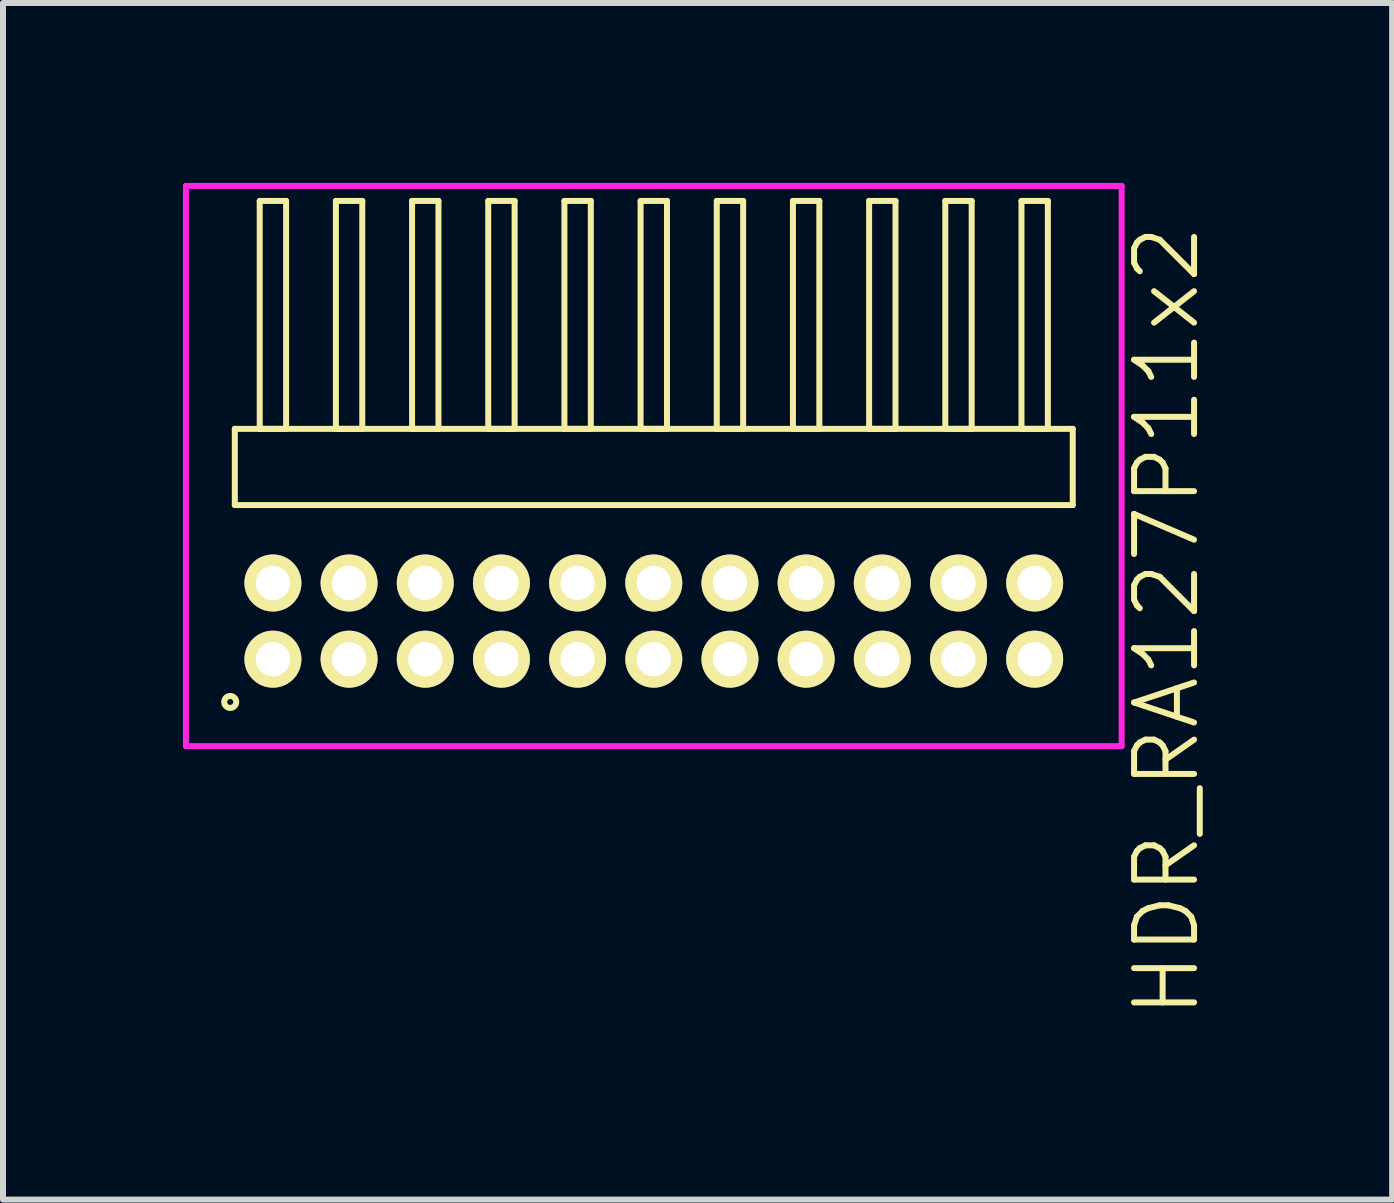
<source format=kicad_pcb>
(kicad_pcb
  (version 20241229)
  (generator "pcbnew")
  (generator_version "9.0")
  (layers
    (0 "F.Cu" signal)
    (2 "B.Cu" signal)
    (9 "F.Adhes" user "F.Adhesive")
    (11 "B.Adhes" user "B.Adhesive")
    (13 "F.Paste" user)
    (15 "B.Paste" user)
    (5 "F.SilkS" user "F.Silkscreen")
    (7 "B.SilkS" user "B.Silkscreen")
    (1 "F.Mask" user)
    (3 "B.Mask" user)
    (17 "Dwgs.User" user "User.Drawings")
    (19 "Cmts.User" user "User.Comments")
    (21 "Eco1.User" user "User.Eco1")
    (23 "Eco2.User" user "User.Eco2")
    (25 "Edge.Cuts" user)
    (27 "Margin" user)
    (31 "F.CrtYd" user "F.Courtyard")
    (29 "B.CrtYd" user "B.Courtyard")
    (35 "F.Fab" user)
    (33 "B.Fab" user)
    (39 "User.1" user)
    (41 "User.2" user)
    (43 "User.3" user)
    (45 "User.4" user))
  (footprint "HDR_RA127P11x2"
    (layer "F.Cu")
    (at 7.85 7.305)
    (property "Reference" "HDR_RA127P11x2" (at 8.55 0 90) (layer "F.SilkS") (effects (font (size 1 1) (thickness 0.1))))
    (attr through_hole)
    (fp_line (start -6.985 -3.205) (end -6.985 -1.935) (stroke (width 0.1) (type solid)) (layer "F.SilkS"))
    (fp_line (start -6.985 -1.935) (end 6.985 -1.935) (stroke (width 0.1) (type solid)) (layer "F.SilkS"))
    (fp_line (start -6.57 -7.005) (end -6.57 -3.205) (stroke (width 0.1) (type solid)) (layer "F.SilkS"))
    (fp_line (start -6.57 -3.205) (end -6.13 -3.205) (stroke (width 0.1) (type solid)) (layer "F.SilkS"))
    (fp_line (start -6.13 -7.005) (end -6.57 -7.005) (stroke (width 0.1) (type solid)) (layer "F.SilkS"))
    (fp_line (start -6.13 -3.205) (end -6.13 -7.005) (stroke (width 0.1) (type solid)) (layer "F.SilkS"))
    (fp_line (start -5.3 -7.005) (end -5.3 -3.205) (stroke (width 0.1) (type solid)) (layer "F.SilkS"))
    (fp_line (start -5.3 -3.205) (end -4.86 -3.205) (stroke (width 0.1) (type solid)) (layer "F.SilkS"))
    (fp_line (start -4.86 -7.005) (end -5.3 -7.005) (stroke (width 0.1) (type solid)) (layer "F.SilkS"))
    (fp_line (start -4.86 -3.205) (end -4.86 -7.005) (stroke (width 0.1) (type solid)) (layer "F.SilkS"))
    (fp_line (start -4.03 -7.005) (end -4.03 -3.205) (stroke (width 0.1) (type solid)) (layer "F.SilkS"))
    (fp_line (start -4.03 -3.205) (end -3.59 -3.205) (stroke (width 0.1) (type solid)) (layer "F.SilkS"))
    (fp_line (start -3.59 -7.005) (end -4.03 -7.005) (stroke (width 0.1) (type solid)) (layer "F.SilkS"))
    (fp_line (start -3.59 -3.205) (end -3.59 -7.005) (stroke (width 0.1) (type solid)) (layer "F.SilkS"))
    (fp_line (start -2.76 -7.005) (end -2.76 -3.205) (stroke (width 0.1) (type solid)) (layer "F.SilkS"))
    (fp_line (start -2.76 -3.205) (end -2.32 -3.205) (stroke (width 0.1) (type solid)) (layer "F.SilkS"))
    (fp_line (start -2.32 -7.005) (end -2.76 -7.005) (stroke (width 0.1) (type solid)) (layer "F.SilkS"))
    (fp_line (start -2.32 -3.205) (end -2.32 -7.005) (stroke (width 0.1) (type solid)) (layer "F.SilkS"))
    (fp_line (start -1.49 -7.005) (end -1.49 -3.205) (stroke (width 0.1) (type solid)) (layer "F.SilkS"))
    (fp_line (start -1.49 -3.205) (end -1.05 -3.205) (stroke (width 0.1) (type solid)) (layer "F.SilkS"))
    (fp_line (start -1.05 -7.005) (end -1.49 -7.005) (stroke (width 0.1) (type solid)) (layer "F.SilkS"))
    (fp_line (start -1.05 -3.205) (end -1.05 -7.005) (stroke (width 0.1) (type solid)) (layer "F.SilkS"))
    (fp_line (start -0.22 -7.005) (end -0.22 -3.205) (stroke (width 0.1) (type solid)) (layer "F.SilkS"))
    (fp_line (start -0.22 -3.205) (end 0.22 -3.205) (stroke (width 0.1) (type solid)) (layer "F.SilkS"))
    (fp_line (start 0.22 -7.005) (end -0.22 -7.005) (stroke (width 0.1) (type solid)) (layer "F.SilkS"))
    (fp_line (start 0.22 -3.205) (end 0.22 -7.005) (stroke (width 0.1) (type solid)) (layer "F.SilkS"))
    (fp_line (start 1.05 -7.005) (end 1.05 -3.205) (stroke (width 0.1) (type solid)) (layer "F.SilkS"))
    (fp_line (start 1.05 -3.205) (end 1.49 -3.205) (stroke (width 0.1) (type solid)) (layer "F.SilkS"))
    (fp_line (start 1.49 -7.005) (end 1.05 -7.005) (stroke (width 0.1) (type solid)) (layer "F.SilkS"))
    (fp_line (start 1.49 -3.205) (end 1.49 -7.005) (stroke (width 0.1) (type solid)) (layer "F.SilkS"))
    (fp_line (start 2.32 -7.005) (end 2.32 -3.205) (stroke (width 0.1) (type solid)) (layer "F.SilkS"))
    (fp_line (start 2.32 -3.205) (end 2.76 -3.205) (stroke (width 0.1) (type solid)) (layer "F.SilkS"))
    (fp_line (start 2.76 -7.005) (end 2.32 -7.005) (stroke (width 0.1) (type solid)) (layer "F.SilkS"))
    (fp_line (start 2.76 -3.205) (end 2.76 -7.005) (stroke (width 0.1) (type solid)) (layer "F.SilkS"))
    (fp_line (start 3.59 -7.005) (end 3.59 -3.205) (stroke (width 0.1) (type solid)) (layer "F.SilkS"))
    (fp_line (start 3.59 -3.205) (end 4.03 -3.205) (stroke (width 0.1) (type solid)) (layer "F.SilkS"))
    (fp_line (start 4.03 -7.005) (end 3.59 -7.005) (stroke (width 0.1) (type solid)) (layer "F.SilkS"))
    (fp_line (start 4.03 -3.205) (end 4.03 -7.005) (stroke (width 0.1) (type solid)) (layer "F.SilkS"))
    (fp_line (start 4.86 -7.005) (end 4.86 -3.205) (stroke (width 0.1) (type solid)) (layer "F.SilkS"))
    (fp_line (start 4.86 -3.205) (end 5.3 -3.205) (stroke (width 0.1) (type solid)) (layer "F.SilkS"))
    (fp_line (start 5.3 -7.005) (end 4.86 -7.005) (stroke (width 0.1) (type solid)) (layer "F.SilkS"))
    (fp_line (start 5.3 -3.205) (end 5.3 -7.005) (stroke (width 0.1) (type solid)) (layer "F.SilkS"))
    (fp_line (start 6.13 -7.005) (end 6.13 -3.205) (stroke (width 0.1) (type solid)) (layer "F.SilkS"))
    (fp_line (start 6.13 -3.205) (end 6.57 -3.205) (stroke (width 0.1) (type solid)) (layer "F.SilkS"))
    (fp_line (start 6.57 -7.005) (end 6.13 -7.005) (stroke (width 0.1) (type solid)) (layer "F.SilkS"))
    (fp_line (start 6.57 -3.205) (end 6.57 -7.005) (stroke (width 0.1) (type solid)) (layer "F.SilkS"))
    (fp_line (start 6.985 -3.205) (end -6.985 -3.205) (stroke (width 0.1) (type solid)) (layer "F.SilkS"))
    (fp_line (start 6.985 -1.935) (end 6.985 -3.205) (stroke (width 0.1) (type solid)) (layer "F.SilkS"))
    (fp_circle (center -7.062 1.348) (end -6.962 1.348) (stroke (width 0.1) (type solid)) (fill no) (layer "F.SilkS"))
    (fp_line (start -7.8 -7.255) (end -7.8 2.085) (stroke (width 0.1) (type solid)) (layer "F.CrtYd"))
    (fp_line (start -7.8 2.085) (end 7.8 2.085) (stroke (width 0.1) (type solid)) (layer "F.CrtYd"))
    (fp_line (start 7.8 -7.255) (end -7.8 -7.255) (stroke (width 0.1) (type solid)) (layer "F.CrtYd"))
    (fp_line (start 7.8 2.085) (end 7.8 -7.255) (stroke (width 0.1) (type solid)) (layer "F.CrtYd"))
    (pad "1" thru_hole oval (at -6.35 0.635) (size 0.95 0.95) (drill 0.57) (layers "*.Cu" "*.Mask" "F.SilkS"))
    (pad "2" thru_hole oval (at -6.35 -0.635) (size 0.95 0.95) (drill 0.57) (layers "*.Cu" "*.Mask" "F.SilkS"))
    (pad "3" thru_hole oval (at -5.08 0.635) (size 0.95 0.95) (drill 0.57) (layers "*.Cu" "*.Mask" "F.SilkS"))
    (pad "4" thru_hole oval (at -5.08 -0.635) (size 0.95 0.95) (drill 0.57) (layers "*.Cu" "*.Mask" "F.SilkS"))
    (pad "5" thru_hole oval (at -3.81 0.635) (size 0.95 0.95) (drill 0.57) (layers "*.Cu" "*.Mask" "F.SilkS"))
    (pad "6" thru_hole oval (at -3.81 -0.635) (size 0.95 0.95) (drill 0.57) (layers "*.Cu" "*.Mask" "F.SilkS"))
    (pad "7" thru_hole oval (at -2.54 0.635) (size 0.95 0.95) (drill 0.57) (layers "*.Cu" "*.Mask" "F.SilkS"))
    (pad "8" thru_hole oval (at -2.54 -0.635) (size 0.95 0.95) (drill 0.57) (layers "*.Cu" "*.Mask" "F.SilkS"))
    (pad "9" thru_hole oval (at -1.27 0.635) (size 0.95 0.95) (drill 0.57) (layers "*.Cu" "*.Mask" "F.SilkS"))
    (pad "10" thru_hole oval (at -1.27 -0.635) (size 0.95 0.95) (drill 0.57) (layers "*.Cu" "*.Mask" "F.SilkS"))
    (pad "11" thru_hole oval (at 0 0.635) (size 0.95 0.95) (drill 0.57) (layers "*.Cu" "*.Mask" "F.SilkS"))
    (pad "12" thru_hole oval (at 0 -0.635) (size 0.95 0.95) (drill 0.57) (layers "*.Cu" "*.Mask" "F.SilkS"))
    (pad "13" thru_hole oval (at 1.27 0.635) (size 0.95 0.95) (drill 0.57) (layers "*.Cu" "*.Mask" "F.SilkS"))
    (pad "14" thru_hole oval (at 1.27 -0.635) (size 0.95 0.95) (drill 0.57) (layers "*.Cu" "*.Mask" "F.SilkS"))
    (pad "15" thru_hole oval (at 2.54 0.635) (size 0.95 0.95) (drill 0.57) (layers "*.Cu" "*.Mask" "F.SilkS"))
    (pad "16" thru_hole oval (at 2.54 -0.635) (size 0.95 0.95) (drill 0.57) (layers "*.Cu" "*.Mask" "F.SilkS"))
    (pad "17" thru_hole oval (at 3.81 0.635) (size 0.95 0.95) (drill 0.57) (layers "*.Cu" "*.Mask" "F.SilkS"))
    (pad "18" thru_hole oval (at 3.81 -0.635) (size 0.95 0.95) (drill 0.57) (layers "*.Cu" "*.Mask" "F.SilkS"))
    (pad "19" thru_hole oval (at 5.08 0.635) (size 0.95 0.95) (drill 0.57) (layers "*.Cu" "*.Mask" "F.SilkS"))
    (pad "20" thru_hole oval (at 5.08 -0.635) (size 0.95 0.95) (drill 0.57) (layers "*.Cu" "*.Mask" "F.SilkS"))
    (pad "21" thru_hole oval (at 6.35 0.635) (size 0.95 0.95) (drill 0.57) (layers "*.Cu" "*.Mask" "F.SilkS"))
    (pad "22" thru_hole oval (at 6.35 -0.635) (size 0.95 0.95) (drill 0.57) (layers "*.Cu" "*.Mask" "F.SilkS")))
  (gr_rect
    (start -3 -3)
    (end 20.16 16.95)
    (stroke (width 0.1) (type default))
    (fill no)
    (layer "Edge.Cuts")))
</source>
